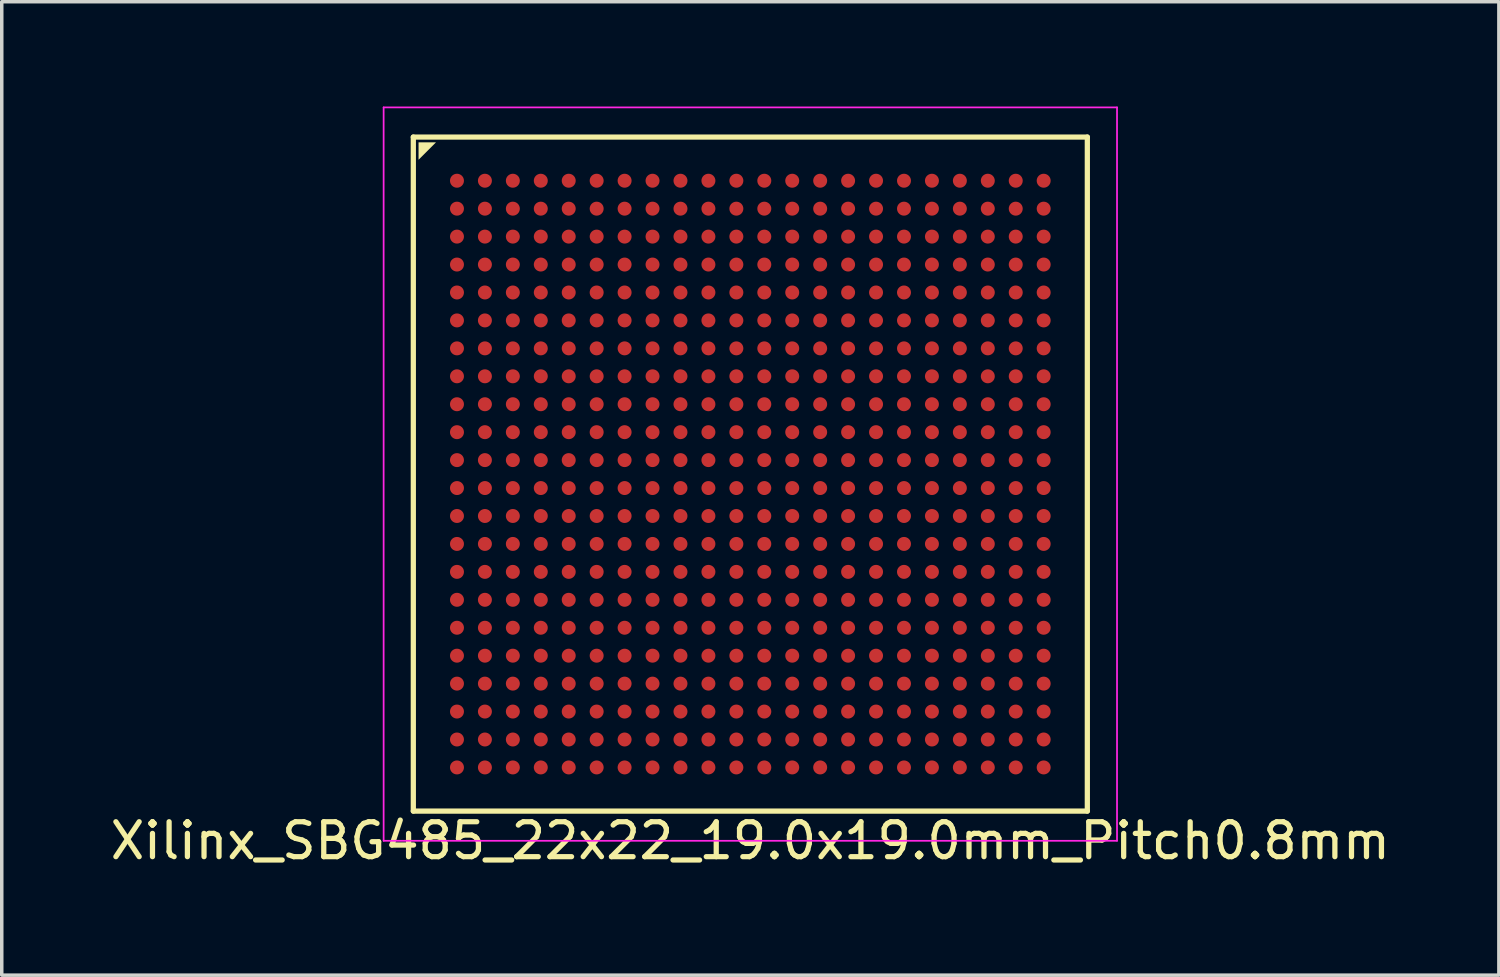
<source format=kicad_pcb>
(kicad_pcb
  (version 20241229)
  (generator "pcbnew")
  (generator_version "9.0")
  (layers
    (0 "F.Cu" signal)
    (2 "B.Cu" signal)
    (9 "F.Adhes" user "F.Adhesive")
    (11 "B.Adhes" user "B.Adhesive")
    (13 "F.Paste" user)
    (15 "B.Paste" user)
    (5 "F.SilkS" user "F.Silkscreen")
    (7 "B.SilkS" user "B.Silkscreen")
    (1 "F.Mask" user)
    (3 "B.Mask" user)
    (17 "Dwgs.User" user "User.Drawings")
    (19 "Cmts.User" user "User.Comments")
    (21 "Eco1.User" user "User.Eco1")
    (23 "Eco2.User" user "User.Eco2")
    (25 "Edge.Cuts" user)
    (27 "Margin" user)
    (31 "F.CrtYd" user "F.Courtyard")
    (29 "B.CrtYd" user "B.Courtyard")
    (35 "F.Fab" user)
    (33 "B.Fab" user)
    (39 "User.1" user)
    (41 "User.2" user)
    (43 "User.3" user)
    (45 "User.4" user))
  (footprint "Xilinx_SBG485_22x22_19.0x19.0mm_Pitch0.8mm"
    (layer "F.Cu")
    (at 18.435 10.525)
    (property "Reference" "Xilinx_SBG485_22x22_19.0x19.0mm_Pitch0.8mm" (at 0 10.5 0) (layer "F.SilkS") (effects (font (size 1 1) (thickness 0.15))))
    (attr smd)
    (fp_line (start -9.65 -9.65) (end -9.65 9.65) (stroke (width 0.15) (type solid)) (layer "F.SilkS"))
    (fp_line (start -9.65 9.65) (end 9.65 9.65) (stroke (width 0.15) (type solid)) (layer "F.SilkS"))
    (fp_line (start 9.65 -9.65) (end -9.65 -9.65) (stroke (width 0.15) (type solid)) (layer "F.SilkS"))
    (fp_line (start 9.65 9.65) (end 9.65 -9.65) (stroke (width 0.15) (type solid)) (layer "F.SilkS"))
    (fp_poly (pts (xy -9.5 -9.5) (xy -9 -9.5) (xy -9.5 -9)) (stroke (width 0) (type solid)) (fill yes) (layer "F.SilkS"))
    (fp_line (start -10.5 -10.5) (end -10.5 10.5) (stroke (width 0.05) (type solid)) (layer "F.CrtYd"))
    (fp_line (start -10.5 10.5) (end 10.5 10.5) (stroke (width 0.05) (type solid)) (layer "F.CrtYd"))
    (fp_line (start 10.5 -10.5) (end -10.5 -10.5) (stroke (width 0.05) (type solid)) (layer "F.CrtYd"))
    (fp_line (start 10.5 10.5) (end 10.5 -10.5) (stroke (width 0.05) (type solid)) (layer "F.CrtYd"))
    (pad "A1" smd circle (at -8.4 -8.4) (size 0.4 0.4) (layers "F.Cu" "F.Mask" "F.Paste"))
    (pad "A2" smd circle (at -7.6 -8.4) (size 0.4 0.4) (layers "F.Cu" "F.Mask" "F.Paste"))
    (pad "A3" smd circle (at -6.8 -8.4) (size 0.4 0.4) (layers "F.Cu" "F.Mask" "F.Paste"))
    (pad "A4" smd circle (at -6 -8.4) (size 0.4 0.4) (layers "F.Cu" "F.Mask" "F.Paste"))
    (pad "A5" smd circle (at -5.2 -8.4) (size 0.4 0.4) (layers "F.Cu" "F.Mask" "F.Paste"))
    (pad "A6" smd circle (at -4.4 -8.4) (size 0.4 0.4) (layers "F.Cu" "F.Mask" "F.Paste"))
    (pad "A7" smd circle (at -3.6 -8.4) (size 0.4 0.4) (layers "F.Cu" "F.Mask" "F.Paste"))
    (pad "A8" smd circle (at -2.8 -8.4) (size 0.4 0.4) (layers "F.Cu" "F.Mask" "F.Paste"))
    (pad "A9" smd circle (at -2 -8.4) (size 0.4 0.4) (layers "F.Cu" "F.Mask" "F.Paste"))
    (pad "A10" smd circle (at -1.2 -8.4) (size 0.4 0.4) (layers "F.Cu" "F.Mask" "F.Paste"))
    (pad "A11" smd circle (at -0.4 -8.4) (size 0.4 0.4) (layers "F.Cu" "F.Mask" "F.Paste"))
    (pad "A12" smd circle (at 0.4 -8.4) (size 0.4 0.4) (layers "F.Cu" "F.Mask" "F.Paste"))
    (pad "A13" smd circle (at 1.2 -8.4) (size 0.4 0.4) (layers "F.Cu" "F.Mask" "F.Paste"))
    (pad "A14" smd circle (at 2 -8.4) (size 0.4 0.4) (layers "F.Cu" "F.Mask" "F.Paste"))
    (pad "A15" smd circle (at 2.8 -8.4) (size 0.4 0.4) (layers "F.Cu" "F.Mask" "F.Paste"))
    (pad "A16" smd circle (at 3.6 -8.4) (size 0.4 0.4) (layers "F.Cu" "F.Mask" "F.Paste"))
    (pad "A17" smd circle (at 4.4 -8.4) (size 0.4 0.4) (layers "F.Cu" "F.Mask" "F.Paste"))
    (pad "A18" smd circle (at 5.2 -8.4) (size 0.4 0.4) (layers "F.Cu" "F.Mask" "F.Paste"))
    (pad "A19" smd circle (at 6 -8.4) (size 0.4 0.4) (layers "F.Cu" "F.Mask" "F.Paste"))
    (pad "A20" smd circle (at 6.8 -8.4) (size 0.4 0.4) (layers "F.Cu" "F.Mask" "F.Paste"))
    (pad "A21" smd circle (at 7.6 -8.4) (size 0.4 0.4) (layers "F.Cu" "F.Mask" "F.Paste"))
    (pad "A22" smd circle (at 8.4 -8.4) (size 0.4 0.4) (layers "F.Cu" "F.Mask" "F.Paste"))
    (pad "AA1" smd circle (at -8.4 7.6) (size 0.4 0.4) (layers "F.Cu" "F.Mask" "F.Paste"))
    (pad "AA2" smd circle (at -7.6 7.6) (size 0.4 0.4) (layers "F.Cu" "F.Mask" "F.Paste"))
    (pad "AA3" smd circle (at -6.8 7.6) (size 0.4 0.4) (layers "F.Cu" "F.Mask" "F.Paste"))
    (pad "AA4" smd circle (at -6 7.6) (size 0.4 0.4) (layers "F.Cu" "F.Mask" "F.Paste"))
    (pad "AA5" smd circle (at -5.2 7.6) (size 0.4 0.4) (layers "F.Cu" "F.Mask" "F.Paste"))
    (pad "AA6" smd circle (at -4.4 7.6) (size 0.4 0.4) (layers "F.Cu" "F.Mask" "F.Paste"))
    (pad "AA7" smd circle (at -3.6 7.6) (size 0.4 0.4) (layers "F.Cu" "F.Mask" "F.Paste"))
    (pad "AA8" smd circle (at -2.8 7.6) (size 0.4 0.4) (layers "F.Cu" "F.Mask" "F.Paste"))
    (pad "AA9" smd circle (at -2 7.6) (size 0.4 0.4) (layers "F.Cu" "F.Mask" "F.Paste"))
    (pad "AA10" smd circle (at -1.2 7.6) (size 0.4 0.4) (layers "F.Cu" "F.Mask" "F.Paste"))
    (pad "AA11" smd circle (at -0.4 7.6) (size 0.4 0.4) (layers "F.Cu" "F.Mask" "F.Paste"))
    (pad "AA12" smd circle (at 0.4 7.6) (size 0.4 0.4) (layers "F.Cu" "F.Mask" "F.Paste"))
    (pad "AA13" smd circle (at 1.2 7.6) (size 0.4 0.4) (layers "F.Cu" "F.Mask" "F.Paste"))
    (pad "AA14" smd circle (at 2 7.6) (size 0.4 0.4) (layers "F.Cu" "F.Mask" "F.Paste"))
    (pad "AA15" smd circle (at 2.8 7.6) (size 0.4 0.4) (layers "F.Cu" "F.Mask" "F.Paste"))
    (pad "AA16" smd circle (at 3.6 7.6) (size 0.4 0.4) (layers "F.Cu" "F.Mask" "F.Paste"))
    (pad "AA17" smd circle (at 4.4 7.6) (size 0.4 0.4) (layers "F.Cu" "F.Mask" "F.Paste"))
    (pad "AA18" smd circle (at 5.2 7.6) (size 0.4 0.4) (layers "F.Cu" "F.Mask" "F.Paste"))
    (pad "AA19" smd circle (at 6 7.6) (size 0.4 0.4) (layers "F.Cu" "F.Mask" "F.Paste"))
    (pad "AA20" smd circle (at 6.8 7.6) (size 0.4 0.4) (layers "F.Cu" "F.Mask" "F.Paste"))
    (pad "AA21" smd circle (at 7.6 7.6) (size 0.4 0.4) (layers "F.Cu" "F.Mask" "F.Paste"))
    (pad "AA22" smd circle (at 8.4 7.6) (size 0.4 0.4) (layers "F.Cu" "F.Mask" "F.Paste"))
    (pad "AB1" smd circle (at -8.4 8.4) (size 0.4 0.4) (layers "F.Cu" "F.Mask" "F.Paste"))
    (pad "AB2" smd circle (at -7.6 8.4) (size 0.4 0.4) (layers "F.Cu" "F.Mask" "F.Paste"))
    (pad "AB3" smd circle (at -6.8 8.4) (size 0.4 0.4) (layers "F.Cu" "F.Mask" "F.Paste"))
    (pad "AB4" smd circle (at -6 8.4) (size 0.4 0.4) (layers "F.Cu" "F.Mask" "F.Paste"))
    (pad "AB5" smd circle (at -5.2 8.4) (size 0.4 0.4) (layers "F.Cu" "F.Mask" "F.Paste"))
    (pad "AB6" smd circle (at -4.4 8.4) (size 0.4 0.4) (layers "F.Cu" "F.Mask" "F.Paste"))
    (pad "AB7" smd circle (at -3.6 8.4) (size 0.4 0.4) (layers "F.Cu" "F.Mask" "F.Paste"))
    (pad "AB8" smd circle (at -2.8 8.4) (size 0.4 0.4) (layers "F.Cu" "F.Mask" "F.Paste"))
    (pad "AB9" smd circle (at -2 8.4) (size 0.4 0.4) (layers "F.Cu" "F.Mask" "F.Paste"))
    (pad "AB10" smd circle (at -1.2 8.4) (size 0.4 0.4) (layers "F.Cu" "F.Mask" "F.Paste"))
    (pad "AB11" smd circle (at -0.4 8.4) (size 0.4 0.4) (layers "F.Cu" "F.Mask" "F.Paste"))
    (pad "AB12" smd circle (at 0.4 8.4) (size 0.4 0.4) (layers "F.Cu" "F.Mask" "F.Paste"))
    (pad "AB13" smd circle (at 1.2 8.4) (size 0.4 0.4) (layers "F.Cu" "F.Mask" "F.Paste"))
    (pad "AB14" smd circle (at 2 8.4) (size 0.4 0.4) (layers "F.Cu" "F.Mask" "F.Paste"))
    (pad "AB15" smd circle (at 2.8 8.4) (size 0.4 0.4) (layers "F.Cu" "F.Mask" "F.Paste"))
    (pad "AB16" smd circle (at 3.6 8.4) (size 0.4 0.4) (layers "F.Cu" "F.Mask" "F.Paste"))
    (pad "AB17" smd circle (at 4.4 8.4) (size 0.4 0.4) (layers "F.Cu" "F.Mask" "F.Paste"))
    (pad "AB18" smd circle (at 5.2 8.4) (size 0.4 0.4) (layers "F.Cu" "F.Mask" "F.Paste"))
    (pad "AB19" smd circle (at 6 8.4) (size 0.4 0.4) (layers "F.Cu" "F.Mask" "F.Paste"))
    (pad "AB20" smd circle (at 6.8 8.4) (size 0.4 0.4) (layers "F.Cu" "F.Mask" "F.Paste"))
    (pad "AB21" smd circle (at 7.6 8.4) (size 0.4 0.4) (layers "F.Cu" "F.Mask" "F.Paste"))
    (pad "AB22" smd circle (at 8.4 8.4) (size 0.4 0.4) (layers "F.Cu" "F.Mask" "F.Paste"))
    (pad "B1" smd circle (at -8.4 -7.6) (size 0.4 0.4) (layers "F.Cu" "F.Mask" "F.Paste"))
    (pad "B2" smd circle (at -7.6 -7.6) (size 0.4 0.4) (layers "F.Cu" "F.Mask" "F.Paste"))
    (pad "B3" smd circle (at -6.8 -7.6) (size 0.4 0.4) (layers "F.Cu" "F.Mask" "F.Paste"))
    (pad "B4" smd circle (at -6 -7.6) (size 0.4 0.4) (layers "F.Cu" "F.Mask" "F.Paste"))
    (pad "B5" smd circle (at -5.2 -7.6) (size 0.4 0.4) (layers "F.Cu" "F.Mask" "F.Paste"))
    (pad "B6" smd circle (at -4.4 -7.6) (size 0.4 0.4) (layers "F.Cu" "F.Mask" "F.Paste"))
    (pad "B7" smd circle (at -3.6 -7.6) (size 0.4 0.4) (layers "F.Cu" "F.Mask" "F.Paste"))
    (pad "B8" smd circle (at -2.8 -7.6) (size 0.4 0.4) (layers "F.Cu" "F.Mask" "F.Paste"))
    (pad "B9" smd circle (at -2 -7.6) (size 0.4 0.4) (layers "F.Cu" "F.Mask" "F.Paste"))
    (pad "B10" smd circle (at -1.2 -7.6) (size 0.4 0.4) (layers "F.Cu" "F.Mask" "F.Paste"))
    (pad "B11" smd circle (at -0.4 -7.6) (size 0.4 0.4) (layers "F.Cu" "F.Mask" "F.Paste"))
    (pad "B12" smd circle (at 0.4 -7.6) (size 0.4 0.4) (layers "F.Cu" "F.Mask" "F.Paste"))
    (pad "B13" smd circle (at 1.2 -7.6) (size 0.4 0.4) (layers "F.Cu" "F.Mask" "F.Paste"))
    (pad "B14" smd circle (at 2 -7.6) (size 0.4 0.4) (layers "F.Cu" "F.Mask" "F.Paste"))
    (pad "B15" smd circle (at 2.8 -7.6) (size 0.4 0.4) (layers "F.Cu" "F.Mask" "F.Paste"))
    (pad "B16" smd circle (at 3.6 -7.6) (size 0.4 0.4) (layers "F.Cu" "F.Mask" "F.Paste"))
    (pad "B17" smd circle (at 4.4 -7.6) (size 0.4 0.4) (layers "F.Cu" "F.Mask" "F.Paste"))
    (pad "B18" smd circle (at 5.2 -7.6) (size 0.4 0.4) (layers "F.Cu" "F.Mask" "F.Paste"))
    (pad "B19" smd circle (at 6 -7.6) (size 0.4 0.4) (layers "F.Cu" "F.Mask" "F.Paste"))
    (pad "B20" smd circle (at 6.8 -7.6) (size 0.4 0.4) (layers "F.Cu" "F.Mask" "F.Paste"))
    (pad "B21" smd circle (at 7.6 -7.6) (size 0.4 0.4) (layers "F.Cu" "F.Mask" "F.Paste"))
    (pad "B22" smd circle (at 8.4 -7.6) (size 0.4 0.4) (layers "F.Cu" "F.Mask" "F.Paste"))
    (pad "C1" smd circle (at -8.4 -6.8) (size 0.4 0.4) (layers "F.Cu" "F.Mask" "F.Paste"))
    (pad "C2" smd circle (at -7.6 -6.8) (size 0.4 0.4) (layers "F.Cu" "F.Mask" "F.Paste"))
    (pad "C3" smd circle (at -6.8 -6.8) (size 0.4 0.4) (layers "F.Cu" "F.Mask" "F.Paste"))
    (pad "C4" smd circle (at -6 -6.8) (size 0.4 0.4) (layers "F.Cu" "F.Mask" "F.Paste"))
    (pad "C5" smd circle (at -5.2 -6.8) (size 0.4 0.4) (layers "F.Cu" "F.Mask" "F.Paste"))
    (pad "C6" smd circle (at -4.4 -6.8) (size 0.4 0.4) (layers "F.Cu" "F.Mask" "F.Paste"))
    (pad "C7" smd circle (at -3.6 -6.8) (size 0.4 0.4) (layers "F.Cu" "F.Mask" "F.Paste"))
    (pad "C8" smd circle (at -2.8 -6.8) (size 0.4 0.4) (layers "F.Cu" "F.Mask" "F.Paste"))
    (pad "C9" smd circle (at -2 -6.8) (size 0.4 0.4) (layers "F.Cu" "F.Mask" "F.Paste"))
    (pad "C10" smd circle (at -1.2 -6.8) (size 0.4 0.4) (layers "F.Cu" "F.Mask" "F.Paste"))
    (pad "C11" smd circle (at -0.4 -6.8) (size 0.4 0.4) (layers "F.Cu" "F.Mask" "F.Paste"))
    (pad "C12" smd circle (at 0.4 -6.8) (size 0.4 0.4) (layers "F.Cu" "F.Mask" "F.Paste"))
    (pad "C13" smd circle (at 1.2 -6.8) (size 0.4 0.4) (layers "F.Cu" "F.Mask" "F.Paste"))
    (pad "C14" smd circle (at 2 -6.8) (size 0.4 0.4) (layers "F.Cu" "F.Mask" "F.Paste"))
    (pad "C15" smd circle (at 2.8 -6.8) (size 0.4 0.4) (layers "F.Cu" "F.Mask" "F.Paste"))
    (pad "C16" smd circle (at 3.6 -6.8) (size 0.4 0.4) (layers "F.Cu" "F.Mask" "F.Paste"))
    (pad "C17" smd circle (at 4.4 -6.8) (size 0.4 0.4) (layers "F.Cu" "F.Mask" "F.Paste"))
    (pad "C18" smd circle (at 5.2 -6.8) (size 0.4 0.4) (layers "F.Cu" "F.Mask" "F.Paste"))
    (pad "C19" smd circle (at 6 -6.8) (size 0.4 0.4) (layers "F.Cu" "F.Mask" "F.Paste"))
    (pad "C20" smd circle (at 6.8 -6.8) (size 0.4 0.4) (layers "F.Cu" "F.Mask" "F.Paste"))
    (pad "C21" smd circle (at 7.6 -6.8) (size 0.4 0.4) (layers "F.Cu" "F.Mask" "F.Paste"))
    (pad "C22" smd circle (at 8.4 -6.8) (size 0.4 0.4) (layers "F.Cu" "F.Mask" "F.Paste"))
    (pad "D1" smd circle (at -8.4 -6) (size 0.4 0.4) (layers "F.Cu" "F.Mask" "F.Paste"))
    (pad "D2" smd circle (at -7.6 -6) (size 0.4 0.4) (layers "F.Cu" "F.Mask" "F.Paste"))
    (pad "D3" smd circle (at -6.8 -6) (size 0.4 0.4) (layers "F.Cu" "F.Mask" "F.Paste"))
    (pad "D4" smd circle (at -6 -6) (size 0.4 0.4) (layers "F.Cu" "F.Mask" "F.Paste"))
    (pad "D5" smd circle (at -5.2 -6) (size 0.4 0.4) (layers "F.Cu" "F.Mask" "F.Paste"))
    (pad "D6" smd circle (at -4.4 -6) (size 0.4 0.4) (layers "F.Cu" "F.Mask" "F.Paste"))
    (pad "D7" smd circle (at -3.6 -6) (size 0.4 0.4) (layers "F.Cu" "F.Mask" "F.Paste"))
    (pad "D8" smd circle (at -2.8 -6) (size 0.4 0.4) (layers "F.Cu" "F.Mask" "F.Paste"))
    (pad "D9" smd circle (at -2 -6) (size 0.4 0.4) (layers "F.Cu" "F.Mask" "F.Paste"))
    (pad "D10" smd circle (at -1.2 -6) (size 0.4 0.4) (layers "F.Cu" "F.Mask" "F.Paste"))
    (pad "D11" smd circle (at -0.4 -6) (size 0.4 0.4) (layers "F.Cu" "F.Mask" "F.Paste"))
    (pad "D12" smd circle (at 0.4 -6) (size 0.4 0.4) (layers "F.Cu" "F.Mask" "F.Paste"))
    (pad "D13" smd circle (at 1.2 -6) (size 0.4 0.4) (layers "F.Cu" "F.Mask" "F.Paste"))
    (pad "D14" smd circle (at 2 -6) (size 0.4 0.4) (layers "F.Cu" "F.Mask" "F.Paste"))
    (pad "D15" smd circle (at 2.8 -6) (size 0.4 0.4) (layers "F.Cu" "F.Mask" "F.Paste"))
    (pad "D16" smd circle (at 3.6 -6) (size 0.4 0.4) (layers "F.Cu" "F.Mask" "F.Paste"))
    (pad "D17" smd circle (at 4.4 -6) (size 0.4 0.4) (layers "F.Cu" "F.Mask" "F.Paste"))
    (pad "D18" smd circle (at 5.2 -6) (size 0.4 0.4) (layers "F.Cu" "F.Mask" "F.Paste"))
    (pad "D19" smd circle (at 6 -6) (size 0.4 0.4) (layers "F.Cu" "F.Mask" "F.Paste"))
    (pad "D20" smd circle (at 6.8 -6) (size 0.4 0.4) (layers "F.Cu" "F.Mask" "F.Paste"))
    (pad "D21" smd circle (at 7.6 -6) (size 0.4 0.4) (layers "F.Cu" "F.Mask" "F.Paste"))
    (pad "D22" smd circle (at 8.4 -6) (size 0.4 0.4) (layers "F.Cu" "F.Mask" "F.Paste"))
    (pad "E1" smd circle (at -8.4 -5.2) (size 0.4 0.4) (layers "F.Cu" "F.Mask" "F.Paste"))
    (pad "E2" smd circle (at -7.6 -5.2) (size 0.4 0.4) (layers "F.Cu" "F.Mask" "F.Paste"))
    (pad "E3" smd circle (at -6.8 -5.2) (size 0.4 0.4) (layers "F.Cu" "F.Mask" "F.Paste"))
    (pad "E4" smd circle (at -6 -5.2) (size 0.4 0.4) (layers "F.Cu" "F.Mask" "F.Paste"))
    (pad "E5" smd circle (at -5.2 -5.2) (size 0.4 0.4) (layers "F.Cu" "F.Mask" "F.Paste"))
    (pad "E6" smd circle (at -4.4 -5.2) (size 0.4 0.4) (layers "F.Cu" "F.Mask" "F.Paste"))
    (pad "E7" smd circle (at -3.6 -5.2) (size 0.4 0.4) (layers "F.Cu" "F.Mask" "F.Paste"))
    (pad "E8" smd circle (at -2.8 -5.2) (size 0.4 0.4) (layers "F.Cu" "F.Mask" "F.Paste"))
    (pad "E9" smd circle (at -2 -5.2) (size 0.4 0.4) (layers "F.Cu" "F.Mask" "F.Paste"))
    (pad "E10" smd circle (at -1.2 -5.2) (size 0.4 0.4) (layers "F.Cu" "F.Mask" "F.Paste"))
    (pad "E11" smd circle (at -0.4 -5.2) (size 0.4 0.4) (layers "F.Cu" "F.Mask" "F.Paste"))
    (pad "E12" smd circle (at 0.4 -5.2) (size 0.4 0.4) (layers "F.Cu" "F.Mask" "F.Paste"))
    (pad "E13" smd circle (at 1.2 -5.2) (size 0.4 0.4) (layers "F.Cu" "F.Mask" "F.Paste"))
    (pad "E14" smd circle (at 2 -5.2) (size 0.4 0.4) (layers "F.Cu" "F.Mask" "F.Paste"))
    (pad "E15" smd circle (at 2.8 -5.2) (size 0.4 0.4) (layers "F.Cu" "F.Mask" "F.Paste"))
    (pad "E16" smd circle (at 3.6 -5.2) (size 0.4 0.4) (layers "F.Cu" "F.Mask" "F.Paste"))
    (pad "E17" smd circle (at 4.4 -5.2) (size 0.4 0.4) (layers "F.Cu" "F.Mask" "F.Paste"))
    (pad "E18" smd circle (at 5.2 -5.2) (size 0.4 0.4) (layers "F.Cu" "F.Mask" "F.Paste"))
    (pad "E19" smd circle (at 6 -5.2) (size 0.4 0.4) (layers "F.Cu" "F.Mask" "F.Paste"))
    (pad "E20" smd circle (at 6.8 -5.2) (size 0.4 0.4) (layers "F.Cu" "F.Mask" "F.Paste"))
    (pad "E21" smd circle (at 7.6 -5.2) (size 0.4 0.4) (layers "F.Cu" "F.Mask" "F.Paste"))
    (pad "E22" smd circle (at 8.4 -5.2) (size 0.4 0.4) (layers "F.Cu" "F.Mask" "F.Paste"))
    (pad "F1" smd circle (at -8.4 -4.4) (size 0.4 0.4) (layers "F.Cu" "F.Mask" "F.Paste"))
    (pad "F2" smd circle (at -7.6 -4.4) (size 0.4 0.4) (layers "F.Cu" "F.Mask" "F.Paste"))
    (pad "F3" smd circle (at -6.8 -4.4) (size 0.4 0.4) (layers "F.Cu" "F.Mask" "F.Paste"))
    (pad "F4" smd circle (at -6 -4.4) (size 0.4 0.4) (layers "F.Cu" "F.Mask" "F.Paste"))
    (pad "F5" smd circle (at -5.2 -4.4) (size 0.4 0.4) (layers "F.Cu" "F.Mask" "F.Paste"))
    (pad "F6" smd circle (at -4.4 -4.4) (size 0.4 0.4) (layers "F.Cu" "F.Mask" "F.Paste"))
    (pad "F7" smd circle (at -3.6 -4.4) (size 0.4 0.4) (layers "F.Cu" "F.Mask" "F.Paste"))
    (pad "F8" smd circle (at -2.8 -4.4) (size 0.4 0.4) (layers "F.Cu" "F.Mask" "F.Paste"))
    (pad "F9" smd circle (at -2 -4.4) (size 0.4 0.4) (layers "F.Cu" "F.Mask" "F.Paste"))
    (pad "F10" smd circle (at -1.2 -4.4) (size 0.4 0.4) (layers "F.Cu" "F.Mask" "F.Paste"))
    (pad "F11" smd circle (at -0.4 -4.4) (size 0.4 0.4) (layers "F.Cu" "F.Mask" "F.Paste"))
    (pad "F12" smd circle (at 0.4 -4.4) (size 0.4 0.4) (layers "F.Cu" "F.Mask" "F.Paste"))
    (pad "F13" smd circle (at 1.2 -4.4) (size 0.4 0.4) (layers "F.Cu" "F.Mask" "F.Paste"))
    (pad "F14" smd circle (at 2 -4.4) (size 0.4 0.4) (layers "F.Cu" "F.Mask" "F.Paste"))
    (pad "F15" smd circle (at 2.8 -4.4) (size 0.4 0.4) (layers "F.Cu" "F.Mask" "F.Paste"))
    (pad "F16" smd circle (at 3.6 -4.4) (size 0.4 0.4) (layers "F.Cu" "F.Mask" "F.Paste"))
    (pad "F17" smd circle (at 4.4 -4.4) (size 0.4 0.4) (layers "F.Cu" "F.Mask" "F.Paste"))
    (pad "F18" smd circle (at 5.2 -4.4) (size 0.4 0.4) (layers "F.Cu" "F.Mask" "F.Paste"))
    (pad "F19" smd circle (at 6 -4.4) (size 0.4 0.4) (layers "F.Cu" "F.Mask" "F.Paste"))
    (pad "F20" smd circle (at 6.8 -4.4) (size 0.4 0.4) (layers "F.Cu" "F.Mask" "F.Paste"))
    (pad "F21" smd circle (at 7.6 -4.4) (size 0.4 0.4) (layers "F.Cu" "F.Mask" "F.Paste"))
    (pad "F22" smd circle (at 8.4 -4.4) (size 0.4 0.4) (layers "F.Cu" "F.Mask" "F.Paste"))
    (pad "G1" smd circle (at -8.4 -3.6) (size 0.4 0.4) (layers "F.Cu" "F.Mask" "F.Paste"))
    (pad "G2" smd circle (at -7.6 -3.6) (size 0.4 0.4) (layers "F.Cu" "F.Mask" "F.Paste"))
    (pad "G3" smd circle (at -6.8 -3.6) (size 0.4 0.4) (layers "F.Cu" "F.Mask" "F.Paste"))
    (pad "G4" smd circle (at -6 -3.6) (size 0.4 0.4) (layers "F.Cu" "F.Mask" "F.Paste"))
    (pad "G5" smd circle (at -5.2 -3.6) (size 0.4 0.4) (layers "F.Cu" "F.Mask" "F.Paste"))
    (pad "G6" smd circle (at -4.4 -3.6) (size 0.4 0.4) (layers "F.Cu" "F.Mask" "F.Paste"))
    (pad "G7" smd circle (at -3.6 -3.6) (size 0.4 0.4) (layers "F.Cu" "F.Mask" "F.Paste"))
    (pad "G8" smd circle (at -2.8 -3.6) (size 0.4 0.4) (layers "F.Cu" "F.Mask" "F.Paste"))
    (pad "G9" smd circle (at -2 -3.6) (size 0.4 0.4) (layers "F.Cu" "F.Mask" "F.Paste"))
    (pad "G10" smd circle (at -1.2 -3.6) (size 0.4 0.4) (layers "F.Cu" "F.Mask" "F.Paste"))
    (pad "G11" smd circle (at -0.4 -3.6) (size 0.4 0.4) (layers "F.Cu" "F.Mask" "F.Paste"))
    (pad "G12" smd circle (at 0.4 -3.6) (size 0.4 0.4) (layers "F.Cu" "F.Mask" "F.Paste"))
    (pad "G13" smd circle (at 1.2 -3.6) (size 0.4 0.4) (layers "F.Cu" "F.Mask" "F.Paste"))
    (pad "G14" smd circle (at 2 -3.6) (size 0.4 0.4) (layers "F.Cu" "F.Mask" "F.Paste"))
    (pad "G15" smd circle (at 2.8 -3.6) (size 0.4 0.4) (layers "F.Cu" "F.Mask" "F.Paste"))
    (pad "G16" smd circle (at 3.6 -3.6) (size 0.4 0.4) (layers "F.Cu" "F.Mask" "F.Paste"))
    (pad "G17" smd circle (at 4.4 -3.6) (size 0.4 0.4) (layers "F.Cu" "F.Mask" "F.Paste"))
    (pad "G18" smd circle (at 5.2 -3.6) (size 0.4 0.4) (layers "F.Cu" "F.Mask" "F.Paste"))
    (pad "G19" smd circle (at 6 -3.6) (size 0.4 0.4) (layers "F.Cu" "F.Mask" "F.Paste"))
    (pad "G20" smd circle (at 6.8 -3.6) (size 0.4 0.4) (layers "F.Cu" "F.Mask" "F.Paste"))
    (pad "G21" smd circle (at 7.6 -3.6) (size 0.4 0.4) (layers "F.Cu" "F.Mask" "F.Paste"))
    (pad "G22" smd circle (at 8.4 -3.6) (size 0.4 0.4) (layers "F.Cu" "F.Mask" "F.Paste"))
    (pad "H1" smd circle (at -8.4 -2.8) (size 0.4 0.4) (layers "F.Cu" "F.Mask" "F.Paste"))
    (pad "H2" smd circle (at -7.6 -2.8) (size 0.4 0.4) (layers "F.Cu" "F.Mask" "F.Paste"))
    (pad "H3" smd circle (at -6.8 -2.8) (size 0.4 0.4) (layers "F.Cu" "F.Mask" "F.Paste"))
    (pad "H4" smd circle (at -6 -2.8) (size 0.4 0.4) (layers "F.Cu" "F.Mask" "F.Paste"))
    (pad "H5" smd circle (at -5.2 -2.8) (size 0.4 0.4) (layers "F.Cu" "F.Mask" "F.Paste"))
    (pad "H6" smd circle (at -4.4 -2.8) (size 0.4 0.4) (layers "F.Cu" "F.Mask" "F.Paste"))
    (pad "H7" smd circle (at -3.6 -2.8) (size 0.4 0.4) (layers "F.Cu" "F.Mask" "F.Paste"))
    (pad "H8" smd circle (at -2.8 -2.8) (size 0.4 0.4) (layers "F.Cu" "F.Mask" "F.Paste"))
    (pad "H9" smd circle (at -2 -2.8) (size 0.4 0.4) (layers "F.Cu" "F.Mask" "F.Paste"))
    (pad "H10" smd circle (at -1.2 -2.8) (size 0.4 0.4) (layers "F.Cu" "F.Mask" "F.Paste"))
    (pad "H11" smd circle (at -0.4 -2.8) (size 0.4 0.4) (layers "F.Cu" "F.Mask" "F.Paste"))
    (pad "H12" smd circle (at 0.4 -2.8) (size 0.4 0.4) (layers "F.Cu" "F.Mask" "F.Paste"))
    (pad "H13" smd circle (at 1.2 -2.8) (size 0.4 0.4) (layers "F.Cu" "F.Mask" "F.Paste"))
    (pad "H14" smd circle (at 2 -2.8) (size 0.4 0.4) (layers "F.Cu" "F.Mask" "F.Paste"))
    (pad "H15" smd circle (at 2.8 -2.8) (size 0.4 0.4) (layers "F.Cu" "F.Mask" "F.Paste"))
    (pad "H16" smd circle (at 3.6 -2.8) (size 0.4 0.4) (layers "F.Cu" "F.Mask" "F.Paste"))
    (pad "H17" smd circle (at 4.4 -2.8) (size 0.4 0.4) (layers "F.Cu" "F.Mask" "F.Paste"))
    (pad "H18" smd circle (at 5.2 -2.8) (size 0.4 0.4) (layers "F.Cu" "F.Mask" "F.Paste"))
    (pad "H19" smd circle (at 6 -2.8) (size 0.4 0.4) (layers "F.Cu" "F.Mask" "F.Paste"))
    (pad "H20" smd circle (at 6.8 -2.8) (size 0.4 0.4) (layers "F.Cu" "F.Mask" "F.Paste"))
    (pad "H21" smd circle (at 7.6 -2.8) (size 0.4 0.4) (layers "F.Cu" "F.Mask" "F.Paste"))
    (pad "H22" smd circle (at 8.4 -2.8) (size 0.4 0.4) (layers "F.Cu" "F.Mask" "F.Paste"))
    (pad "J1" smd circle (at -8.4 -2) (size 0.4 0.4) (layers "F.Cu" "F.Mask" "F.Paste"))
    (pad "J2" smd circle (at -7.6 -2) (size 0.4 0.4) (layers "F.Cu" "F.Mask" "F.Paste"))
    (pad "J3" smd circle (at -6.8 -2) (size 0.4 0.4) (layers "F.Cu" "F.Mask" "F.Paste"))
    (pad "J4" smd circle (at -6 -2) (size 0.4 0.4) (layers "F.Cu" "F.Mask" "F.Paste"))
    (pad "J5" smd circle (at -5.2 -2) (size 0.4 0.4) (layers "F.Cu" "F.Mask" "F.Paste"))
    (pad "J6" smd circle (at -4.4 -2) (size 0.4 0.4) (layers "F.Cu" "F.Mask" "F.Paste"))
    (pad "J7" smd circle (at -3.6 -2) (size 0.4 0.4) (layers "F.Cu" "F.Mask" "F.Paste"))
    (pad "J8" smd circle (at -2.8 -2) (size 0.4 0.4) (layers "F.Cu" "F.Mask" "F.Paste"))
    (pad "J9" smd circle (at -2 -2) (size 0.4 0.4) (layers "F.Cu" "F.Mask" "F.Paste"))
    (pad "J10" smd circle (at -1.2 -2) (size 0.4 0.4) (layers "F.Cu" "F.Mask" "F.Paste"))
    (pad "J11" smd circle (at -0.4 -2) (size 0.4 0.4) (layers "F.Cu" "F.Mask" "F.Paste"))
    (pad "J12" smd circle (at 0.4 -2) (size 0.4 0.4) (layers "F.Cu" "F.Mask" "F.Paste"))
    (pad "J13" smd circle (at 1.2 -2) (size 0.4 0.4) (layers "F.Cu" "F.Mask" "F.Paste"))
    (pad "J14" smd circle (at 2 -2) (size 0.4 0.4) (layers "F.Cu" "F.Mask" "F.Paste"))
    (pad "J15" smd circle (at 2.8 -2) (size 0.4 0.4) (layers "F.Cu" "F.Mask" "F.Paste"))
    (pad "J16" smd circle (at 3.6 -2) (size 0.4 0.4) (layers "F.Cu" "F.Mask" "F.Paste"))
    (pad "J17" smd circle (at 4.4 -2) (size 0.4 0.4) (layers "F.Cu" "F.Mask" "F.Paste"))
    (pad "J18" smd circle (at 5.2 -2) (size 0.4 0.4) (layers "F.Cu" "F.Mask" "F.Paste"))
    (pad "J19" smd circle (at 6 -2) (size 0.4 0.4) (layers "F.Cu" "F.Mask" "F.Paste"))
    (pad "J20" smd circle (at 6.8 -2) (size 0.4 0.4) (layers "F.Cu" "F.Mask" "F.Paste"))
    (pad "J21" smd circle (at 7.6 -2) (size 0.4 0.4) (layers "F.Cu" "F.Mask" "F.Paste"))
    (pad "J22" smd circle (at 8.4 -2) (size 0.4 0.4) (layers "F.Cu" "F.Mask" "F.Paste"))
    (pad "K1" smd circle (at -8.4 -1.2) (size 0.4 0.4) (layers "F.Cu" "F.Mask" "F.Paste"))
    (pad "K2" smd circle (at -7.6 -1.2) (size 0.4 0.4) (layers "F.Cu" "F.Mask" "F.Paste"))
    (pad "K3" smd circle (at -6.8 -1.2) (size 0.4 0.4) (layers "F.Cu" "F.Mask" "F.Paste"))
    (pad "K4" smd circle (at -6 -1.2) (size 0.4 0.4) (layers "F.Cu" "F.Mask" "F.Paste"))
    (pad "K5" smd circle (at -5.2 -1.2) (size 0.4 0.4) (layers "F.Cu" "F.Mask" "F.Paste"))
    (pad "K6" smd circle (at -4.4 -1.2) (size 0.4 0.4) (layers "F.Cu" "F.Mask" "F.Paste"))
    (pad "K7" smd circle (at -3.6 -1.2) (size 0.4 0.4) (layers "F.Cu" "F.Mask" "F.Paste"))
    (pad "K8" smd circle (at -2.8 -1.2) (size 0.4 0.4) (layers "F.Cu" "F.Mask" "F.Paste"))
    (pad "K9" smd circle (at -2 -1.2) (size 0.4 0.4) (layers "F.Cu" "F.Mask" "F.Paste"))
    (pad "K10" smd circle (at -1.2 -1.2) (size 0.4 0.4) (layers "F.Cu" "F.Mask" "F.Paste"))
    (pad "K11" smd circle (at -0.4 -1.2) (size 0.4 0.4) (layers "F.Cu" "F.Mask" "F.Paste"))
    (pad "K12" smd circle (at 0.4 -1.2) (size 0.4 0.4) (layers "F.Cu" "F.Mask" "F.Paste"))
    (pad "K13" smd circle (at 1.2 -1.2) (size 0.4 0.4) (layers "F.Cu" "F.Mask" "F.Paste"))
    (pad "K14" smd circle (at 2 -1.2) (size 0.4 0.4) (layers "F.Cu" "F.Mask" "F.Paste"))
    (pad "K15" smd circle (at 2.8 -1.2) (size 0.4 0.4) (layers "F.Cu" "F.Mask" "F.Paste"))
    (pad "K16" smd circle (at 3.6 -1.2) (size 0.4 0.4) (layers "F.Cu" "F.Mask" "F.Paste"))
    (pad "K17" smd circle (at 4.4 -1.2) (size 0.4 0.4) (layers "F.Cu" "F.Mask" "F.Paste"))
    (pad "K18" smd circle (at 5.2 -1.2) (size 0.4 0.4) (layers "F.Cu" "F.Mask" "F.Paste"))
    (pad "K19" smd circle (at 6 -1.2) (size 0.4 0.4) (layers "F.Cu" "F.Mask" "F.Paste"))
    (pad "K20" smd circle (at 6.8 -1.2) (size 0.4 0.4) (layers "F.Cu" "F.Mask" "F.Paste"))
    (pad "K21" smd circle (at 7.6 -1.2) (size 0.4 0.4) (layers "F.Cu" "F.Mask" "F.Paste"))
    (pad "K22" smd circle (at 8.4 -1.2) (size 0.4 0.4) (layers "F.Cu" "F.Mask" "F.Paste"))
    (pad "L1" smd circle (at -8.4 -0.4) (size 0.4 0.4) (layers "F.Cu" "F.Mask" "F.Paste"))
    (pad "L2" smd circle (at -7.6 -0.4) (size 0.4 0.4) (layers "F.Cu" "F.Mask" "F.Paste"))
    (pad "L3" smd circle (at -6.8 -0.4) (size 0.4 0.4) (layers "F.Cu" "F.Mask" "F.Paste"))
    (pad "L4" smd circle (at -6 -0.4) (size 0.4 0.4) (layers "F.Cu" "F.Mask" "F.Paste"))
    (pad "L5" smd circle (at -5.2 -0.4) (size 0.4 0.4) (layers "F.Cu" "F.Mask" "F.Paste"))
    (pad "L6" smd circle (at -4.4 -0.4) (size 0.4 0.4) (layers "F.Cu" "F.Mask" "F.Paste"))
    (pad "L7" smd circle (at -3.6 -0.4) (size 0.4 0.4) (layers "F.Cu" "F.Mask" "F.Paste"))
    (pad "L8" smd circle (at -2.8 -0.4) (size 0.4 0.4) (layers "F.Cu" "F.Mask" "F.Paste"))
    (pad "L9" smd circle (at -2 -0.4) (size 0.4 0.4) (layers "F.Cu" "F.Mask" "F.Paste"))
    (pad "L10" smd circle (at -1.2 -0.4) (size 0.4 0.4) (layers "F.Cu" "F.Mask" "F.Paste"))
    (pad "L11" smd circle (at -0.4 -0.4) (size 0.4 0.4) (layers "F.Cu" "F.Mask" "F.Paste"))
    (pad "L12" smd circle (at 0.4 -0.4) (size 0.4 0.4) (layers "F.Cu" "F.Mask" "F.Paste"))
    (pad "L13" smd circle (at 1.2 -0.4) (size 0.4 0.4) (layers "F.Cu" "F.Mask" "F.Paste"))
    (pad "L14" smd circle (at 2 -0.4) (size 0.4 0.4) (layers "F.Cu" "F.Mask" "F.Paste"))
    (pad "L15" smd circle (at 2.8 -0.4) (size 0.4 0.4) (layers "F.Cu" "F.Mask" "F.Paste"))
    (pad "L16" smd circle (at 3.6 -0.4) (size 0.4 0.4) (layers "F.Cu" "F.Mask" "F.Paste"))
    (pad "L17" smd circle (at 4.4 -0.4) (size 0.4 0.4) (layers "F.Cu" "F.Mask" "F.Paste"))
    (pad "L18" smd circle (at 5.2 -0.4) (size 0.4 0.4) (layers "F.Cu" "F.Mask" "F.Paste"))
    (pad "L19" smd circle (at 6 -0.4) (size 0.4 0.4) (layers "F.Cu" "F.Mask" "F.Paste"))
    (pad "L20" smd circle (at 6.8 -0.4) (size 0.4 0.4) (layers "F.Cu" "F.Mask" "F.Paste"))
    (pad "L21" smd circle (at 7.6 -0.4) (size 0.4 0.4) (layers "F.Cu" "F.Mask" "F.Paste"))
    (pad "L22" smd circle (at 8.4 -0.4) (size 0.4 0.4) (layers "F.Cu" "F.Mask" "F.Paste"))
    (pad "M1" smd circle (at -8.4 0.4) (size 0.4 0.4) (layers "F.Cu" "F.Mask" "F.Paste"))
    (pad "M2" smd circle (at -7.6 0.4) (size 0.4 0.4) (layers "F.Cu" "F.Mask" "F.Paste"))
    (pad "M3" smd circle (at -6.8 0.4) (size 0.4 0.4) (layers "F.Cu" "F.Mask" "F.Paste"))
    (pad "M4" smd circle (at -6 0.4) (size 0.4 0.4) (layers "F.Cu" "F.Mask" "F.Paste"))
    (pad "M5" smd circle (at -5.2 0.4) (size 0.4 0.4) (layers "F.Cu" "F.Mask" "F.Paste"))
    (pad "M6" smd circle (at -4.4 0.4) (size 0.4 0.4) (layers "F.Cu" "F.Mask" "F.Paste"))
    (pad "M7" smd circle (at -3.6 0.4) (size 0.4 0.4) (layers "F.Cu" "F.Mask" "F.Paste"))
    (pad "M8" smd circle (at -2.8 0.4) (size 0.4 0.4) (layers "F.Cu" "F.Mask" "F.Paste"))
    (pad "M9" smd circle (at -2 0.4) (size 0.4 0.4) (layers "F.Cu" "F.Mask" "F.Paste"))
    (pad "M10" smd circle (at -1.2 0.4) (size 0.4 0.4) (layers "F.Cu" "F.Mask" "F.Paste"))
    (pad "M11" smd circle (at -0.4 0.4) (size 0.4 0.4) (layers "F.Cu" "F.Mask" "F.Paste"))
    (pad "M12" smd circle (at 0.4 0.4) (size 0.4 0.4) (layers "F.Cu" "F.Mask" "F.Paste"))
    (pad "M13" smd circle (at 1.2 0.4) (size 0.4 0.4) (layers "F.Cu" "F.Mask" "F.Paste"))
    (pad "M14" smd circle (at 2 0.4) (size 0.4 0.4) (layers "F.Cu" "F.Mask" "F.Paste"))
    (pad "M15" smd circle (at 2.8 0.4) (size 0.4 0.4) (layers "F.Cu" "F.Mask" "F.Paste"))
    (pad "M16" smd circle (at 3.6 0.4) (size 0.4 0.4) (layers "F.Cu" "F.Mask" "F.Paste"))
    (pad "M17" smd circle (at 4.4 0.4) (size 0.4 0.4) (layers "F.Cu" "F.Mask" "F.Paste"))
    (pad "M18" smd circle (at 5.2 0.4) (size 0.4 0.4) (layers "F.Cu" "F.Mask" "F.Paste"))
    (pad "M19" smd circle (at 6 0.4) (size 0.4 0.4) (layers "F.Cu" "F.Mask" "F.Paste"))
    (pad "M20" smd circle (at 6.8 0.4) (size 0.4 0.4) (layers "F.Cu" "F.Mask" "F.Paste"))
    (pad "M21" smd circle (at 7.6 0.4) (size 0.4 0.4) (layers "F.Cu" "F.Mask" "F.Paste"))
    (pad "M22" smd circle (at 8.4 0.4) (size 0.4 0.4) (layers "F.Cu" "F.Mask" "F.Paste"))
    (pad "N1" smd circle (at -8.4 1.2) (size 0.4 0.4) (layers "F.Cu" "F.Mask" "F.Paste"))
    (pad "N2" smd circle (at -7.6 1.2) (size 0.4 0.4) (layers "F.Cu" "F.Mask" "F.Paste"))
    (pad "N3" smd circle (at -6.8 1.2) (size 0.4 0.4) (layers "F.Cu" "F.Mask" "F.Paste"))
    (pad "N4" smd circle (at -6 1.2) (size 0.4 0.4) (layers "F.Cu" "F.Mask" "F.Paste"))
    (pad "N5" smd circle (at -5.2 1.2) (size 0.4 0.4) (layers "F.Cu" "F.Mask" "F.Paste"))
    (pad "N6" smd circle (at -4.4 1.2) (size 0.4 0.4) (layers "F.Cu" "F.Mask" "F.Paste"))
    (pad "N7" smd circle (at -3.6 1.2) (size 0.4 0.4) (layers "F.Cu" "F.Mask" "F.Paste"))
    (pad "N8" smd circle (at -2.8 1.2) (size 0.4 0.4) (layers "F.Cu" "F.Mask" "F.Paste"))
    (pad "N9" smd circle (at -2 1.2) (size 0.4 0.4) (layers "F.Cu" "F.Mask" "F.Paste"))
    (pad "N10" smd circle (at -1.2 1.2) (size 0.4 0.4) (layers "F.Cu" "F.Mask" "F.Paste"))
    (pad "N11" smd circle (at -0.4 1.2) (size 0.4 0.4) (layers "F.Cu" "F.Mask" "F.Paste"))
    (pad "N12" smd circle (at 0.4 1.2) (size 0.4 0.4) (layers "F.Cu" "F.Mask" "F.Paste"))
    (pad "N13" smd circle (at 1.2 1.2) (size 0.4 0.4) (layers "F.Cu" "F.Mask" "F.Paste"))
    (pad "N14" smd circle (at 2 1.2) (size 0.4 0.4) (layers "F.Cu" "F.Mask" "F.Paste"))
    (pad "N15" smd circle (at 2.8 1.2) (size 0.4 0.4) (layers "F.Cu" "F.Mask" "F.Paste"))
    (pad "N16" smd circle (at 3.6 1.2) (size 0.4 0.4) (layers "F.Cu" "F.Mask" "F.Paste"))
    (pad "N17" smd circle (at 4.4 1.2) (size 0.4 0.4) (layers "F.Cu" "F.Mask" "F.Paste"))
    (pad "N18" smd circle (at 5.2 1.2) (size 0.4 0.4) (layers "F.Cu" "F.Mask" "F.Paste"))
    (pad "N19" smd circle (at 6 1.2) (size 0.4 0.4) (layers "F.Cu" "F.Mask" "F.Paste"))
    (pad "N20" smd circle (at 6.8 1.2) (size 0.4 0.4) (layers "F.Cu" "F.Mask" "F.Paste"))
    (pad "N21" smd circle (at 7.6 1.2) (size 0.4 0.4) (layers "F.Cu" "F.Mask" "F.Paste"))
    (pad "N22" smd circle (at 8.4 1.2) (size 0.4 0.4) (layers "F.Cu" "F.Mask" "F.Paste"))
    (pad "P1" smd circle (at -8.4 2) (size 0.4 0.4) (layers "F.Cu" "F.Mask" "F.Paste"))
    (pad "P2" smd circle (at -7.6 2) (size 0.4 0.4) (layers "F.Cu" "F.Mask" "F.Paste"))
    (pad "P3" smd circle (at -6.8 2) (size 0.4 0.4) (layers "F.Cu" "F.Mask" "F.Paste"))
    (pad "P4" smd circle (at -6 2) (size 0.4 0.4) (layers "F.Cu" "F.Mask" "F.Paste"))
    (pad "P5" smd circle (at -5.2 2) (size 0.4 0.4) (layers "F.Cu" "F.Mask" "F.Paste"))
    (pad "P6" smd circle (at -4.4 2) (size 0.4 0.4) (layers "F.Cu" "F.Mask" "F.Paste"))
    (pad "P7" smd circle (at -3.6 2) (size 0.4 0.4) (layers "F.Cu" "F.Mask" "F.Paste"))
    (pad "P8" smd circle (at -2.8 2) (size 0.4 0.4) (layers "F.Cu" "F.Mask" "F.Paste"))
    (pad "P9" smd circle (at -2 2) (size 0.4 0.4) (layers "F.Cu" "F.Mask" "F.Paste"))
    (pad "P10" smd circle (at -1.2 2) (size 0.4 0.4) (layers "F.Cu" "F.Mask" "F.Paste"))
    (pad "P11" smd circle (at -0.4 2) (size 0.4 0.4) (layers "F.Cu" "F.Mask" "F.Paste"))
    (pad "P12" smd circle (at 0.4 2) (size 0.4 0.4) (layers "F.Cu" "F.Mask" "F.Paste"))
    (pad "P13" smd circle (at 1.2 2) (size 0.4 0.4) (layers "F.Cu" "F.Mask" "F.Paste"))
    (pad "P14" smd circle (at 2 2) (size 0.4 0.4) (layers "F.Cu" "F.Mask" "F.Paste"))
    (pad "P15" smd circle (at 2.8 2) (size 0.4 0.4) (layers "F.Cu" "F.Mask" "F.Paste"))
    (pad "P16" smd circle (at 3.6 2) (size 0.4 0.4) (layers "F.Cu" "F.Mask" "F.Paste"))
    (pad "P17" smd circle (at 4.4 2) (size 0.4 0.4) (layers "F.Cu" "F.Mask" "F.Paste"))
    (pad "P18" smd circle (at 5.2 2) (size 0.4 0.4) (layers "F.Cu" "F.Mask" "F.Paste"))
    (pad "P19" smd circle (at 6 2) (size 0.4 0.4) (layers "F.Cu" "F.Mask" "F.Paste"))
    (pad "P20" smd circle (at 6.8 2) (size 0.4 0.4) (layers "F.Cu" "F.Mask" "F.Paste"))
    (pad "P21" smd circle (at 7.6 2) (size 0.4 0.4) (layers "F.Cu" "F.Mask" "F.Paste"))
    (pad "P22" smd circle (at 8.4 2) (size 0.4 0.4) (layers "F.Cu" "F.Mask" "F.Paste"))
    (pad "R1" smd circle (at -8.4 2.8) (size 0.4 0.4) (layers "F.Cu" "F.Mask" "F.Paste"))
    (pad "R2" smd circle (at -7.6 2.8) (size 0.4 0.4) (layers "F.Cu" "F.Mask" "F.Paste"))
    (pad "R3" smd circle (at -6.8 2.8) (size 0.4 0.4) (layers "F.Cu" "F.Mask" "F.Paste"))
    (pad "R4" smd circle (at -6 2.8) (size 0.4 0.4) (layers "F.Cu" "F.Mask" "F.Paste"))
    (pad "R5" smd circle (at -5.2 2.8) (size 0.4 0.4) (layers "F.Cu" "F.Mask" "F.Paste"))
    (pad "R6" smd circle (at -4.4 2.8) (size 0.4 0.4) (layers "F.Cu" "F.Mask" "F.Paste"))
    (pad "R7" smd circle (at -3.6 2.8) (size 0.4 0.4) (layers "F.Cu" "F.Mask" "F.Paste"))
    (pad "R8" smd circle (at -2.8 2.8) (size 0.4 0.4) (layers "F.Cu" "F.Mask" "F.Paste"))
    (pad "R9" smd circle (at -2 2.8) (size 0.4 0.4) (layers "F.Cu" "F.Mask" "F.Paste"))
    (pad "R10" smd circle (at -1.2 2.8) (size 0.4 0.4) (layers "F.Cu" "F.Mask" "F.Paste"))
    (pad "R11" smd circle (at -0.4 2.8) (size 0.4 0.4) (layers "F.Cu" "F.Mask" "F.Paste"))
    (pad "R12" smd circle (at 0.4 2.8) (size 0.4 0.4) (layers "F.Cu" "F.Mask" "F.Paste"))
    (pad "R13" smd circle (at 1.2 2.8) (size 0.4 0.4) (layers "F.Cu" "F.Mask" "F.Paste"))
    (pad "R14" smd circle (at 2 2.8) (size 0.4 0.4) (layers "F.Cu" "F.Mask" "F.Paste"))
    (pad "R15" smd circle (at 2.8 2.8) (size 0.4 0.4) (layers "F.Cu" "F.Mask" "F.Paste"))
    (pad "R16" smd circle (at 3.6 2.8) (size 0.4 0.4) (layers "F.Cu" "F.Mask" "F.Paste"))
    (pad "R17" smd circle (at 4.4 2.8) (size 0.4 0.4) (layers "F.Cu" "F.Mask" "F.Paste"))
    (pad "R18" smd circle (at 5.2 2.8) (size 0.4 0.4) (layers "F.Cu" "F.Mask" "F.Paste"))
    (pad "R19" smd circle (at 6 2.8) (size 0.4 0.4) (layers "F.Cu" "F.Mask" "F.Paste"))
    (pad "R20" smd circle (at 6.8 2.8) (size 0.4 0.4) (layers "F.Cu" "F.Mask" "F.Paste"))
    (pad "R21" smd circle (at 7.6 2.8) (size 0.4 0.4) (layers "F.Cu" "F.Mask" "F.Paste"))
    (pad "R22" smd circle (at 8.4 2.8) (size 0.4 0.4) (layers "F.Cu" "F.Mask" "F.Paste"))
    (pad "T1" smd circle (at -8.4 3.6) (size 0.4 0.4) (layers "F.Cu" "F.Mask" "F.Paste"))
    (pad "T2" smd circle (at -7.6 3.6) (size 0.4 0.4) (layers "F.Cu" "F.Mask" "F.Paste"))
    (pad "T3" smd circle (at -6.8 3.6) (size 0.4 0.4) (layers "F.Cu" "F.Mask" "F.Paste"))
    (pad "T4" smd circle (at -6 3.6) (size 0.4 0.4) (layers "F.Cu" "F.Mask" "F.Paste"))
    (pad "T5" smd circle (at -5.2 3.6) (size 0.4 0.4) (layers "F.Cu" "F.Mask" "F.Paste"))
    (pad "T6" smd circle (at -4.4 3.6) (size 0.4 0.4) (layers "F.Cu" "F.Mask" "F.Paste"))
    (pad "T7" smd circle (at -3.6 3.6) (size 0.4 0.4) (layers "F.Cu" "F.Mask" "F.Paste"))
    (pad "T8" smd circle (at -2.8 3.6) (size 0.4 0.4) (layers "F.Cu" "F.Mask" "F.Paste"))
    (pad "T9" smd circle (at -2 3.6) (size 0.4 0.4) (layers "F.Cu" "F.Mask" "F.Paste"))
    (pad "T10" smd circle (at -1.2 3.6) (size 0.4 0.4) (layers "F.Cu" "F.Mask" "F.Paste"))
    (pad "T11" smd circle (at -0.4 3.6) (size 0.4 0.4) (layers "F.Cu" "F.Mask" "F.Paste"))
    (pad "T12" smd circle (at 0.4 3.6) (size 0.4 0.4) (layers "F.Cu" "F.Mask" "F.Paste"))
    (pad "T13" smd circle (at 1.2 3.6) (size 0.4 0.4) (layers "F.Cu" "F.Mask" "F.Paste"))
    (pad "T14" smd circle (at 2 3.6) (size 0.4 0.4) (layers "F.Cu" "F.Mask" "F.Paste"))
    (pad "T15" smd circle (at 2.8 3.6) (size 0.4 0.4) (layers "F.Cu" "F.Mask" "F.Paste"))
    (pad "T16" smd circle (at 3.6 3.6) (size 0.4 0.4) (layers "F.Cu" "F.Mask" "F.Paste"))
    (pad "T17" smd circle (at 4.4 3.6) (size 0.4 0.4) (layers "F.Cu" "F.Mask" "F.Paste"))
    (pad "T18" smd circle (at 5.2 3.6) (size 0.4 0.4) (layers "F.Cu" "F.Mask" "F.Paste"))
    (pad "T19" smd circle (at 6 3.6) (size 0.4 0.4) (layers "F.Cu" "F.Mask" "F.Paste"))
    (pad "T20" smd circle (at 6.8 3.6) (size 0.4 0.4) (layers "F.Cu" "F.Mask" "F.Paste"))
    (pad "T21" smd circle (at 7.6 3.6) (size 0.4 0.4) (layers "F.Cu" "F.Mask" "F.Paste"))
    (pad "T22" smd circle (at 8.4 3.6) (size 0.4 0.4) (layers "F.Cu" "F.Mask" "F.Paste"))
    (pad "U1" smd circle (at -8.4 4.4) (size 0.4 0.4) (layers "F.Cu" "F.Mask" "F.Paste"))
    (pad "U2" smd circle (at -7.6 4.4) (size 0.4 0.4) (layers "F.Cu" "F.Mask" "F.Paste"))
    (pad "U3" smd circle (at -6.8 4.4) (size 0.4 0.4) (layers "F.Cu" "F.Mask" "F.Paste"))
    (pad "U4" smd circle (at -6 4.4) (size 0.4 0.4) (layers "F.Cu" "F.Mask" "F.Paste"))
    (pad "U5" smd circle (at -5.2 4.4) (size 0.4 0.4) (layers "F.Cu" "F.Mask" "F.Paste"))
    (pad "U6" smd circle (at -4.4 4.4) (size 0.4 0.4) (layers "F.Cu" "F.Mask" "F.Paste"))
    (pad "U7" smd circle (at -3.6 4.4) (size 0.4 0.4) (layers "F.Cu" "F.Mask" "F.Paste"))
    (pad "U8" smd circle (at -2.8 4.4) (size 0.4 0.4) (layers "F.Cu" "F.Mask" "F.Paste"))
    (pad "U9" smd circle (at -2 4.4) (size 0.4 0.4) (layers "F.Cu" "F.Mask" "F.Paste"))
    (pad "U10" smd circle (at -1.2 4.4) (size 0.4 0.4) (layers "F.Cu" "F.Mask" "F.Paste"))
    (pad "U11" smd circle (at -0.4 4.4) (size 0.4 0.4) (layers "F.Cu" "F.Mask" "F.Paste"))
    (pad "U12" smd circle (at 0.4 4.4) (size 0.4 0.4) (layers "F.Cu" "F.Mask" "F.Paste"))
    (pad "U13" smd circle (at 1.2 4.4) (size 0.4 0.4) (layers "F.Cu" "F.Mask" "F.Paste"))
    (pad "U14" smd circle (at 2 4.4) (size 0.4 0.4) (layers "F.Cu" "F.Mask" "F.Paste"))
    (pad "U15" smd circle (at 2.8 4.4) (size 0.4 0.4) (layers "F.Cu" "F.Mask" "F.Paste"))
    (pad "U16" smd circle (at 3.6 4.4) (size 0.4 0.4) (layers "F.Cu" "F.Mask" "F.Paste"))
    (pad "U17" smd circle (at 4.4 4.4) (size 0.4 0.4) (layers "F.Cu" "F.Mask" "F.Paste"))
    (pad "U18" smd circle (at 5.2 4.4) (size 0.4 0.4) (layers "F.Cu" "F.Mask" "F.Paste"))
    (pad "U19" smd circle (at 6 4.4) (size 0.4 0.4) (layers "F.Cu" "F.Mask" "F.Paste"))
    (pad "U20" smd circle (at 6.8 4.4) (size 0.4 0.4) (layers "F.Cu" "F.Mask" "F.Paste"))
    (pad "U21" smd circle (at 7.6 4.4) (size 0.4 0.4) (layers "F.Cu" "F.Mask" "F.Paste"))
    (pad "U22" smd circle (at 8.4 4.4) (size 0.4 0.4) (layers "F.Cu" "F.Mask" "F.Paste"))
    (pad "V1" smd circle (at -8.4 5.2) (size 0.4 0.4) (layers "F.Cu" "F.Mask" "F.Paste"))
    (pad "V2" smd circle (at -7.6 5.2) (size 0.4 0.4) (layers "F.Cu" "F.Mask" "F.Paste"))
    (pad "V3" smd circle (at -6.8 5.2) (size 0.4 0.4) (layers "F.Cu" "F.Mask" "F.Paste"))
    (pad "V4" smd circle (at -6 5.2) (size 0.4 0.4) (layers "F.Cu" "F.Mask" "F.Paste"))
    (pad "V5" smd circle (at -5.2 5.2) (size 0.4 0.4) (layers "F.Cu" "F.Mask" "F.Paste"))
    (pad "V6" smd circle (at -4.4 5.2) (size 0.4 0.4) (layers "F.Cu" "F.Mask" "F.Paste"))
    (pad "V7" smd circle (at -3.6 5.2) (size 0.4 0.4) (layers "F.Cu" "F.Mask" "F.Paste"))
    (pad "V8" smd circle (at -2.8 5.2) (size 0.4 0.4) (layers "F.Cu" "F.Mask" "F.Paste"))
    (pad "V9" smd circle (at -2 5.2) (size 0.4 0.4) (layers "F.Cu" "F.Mask" "F.Paste"))
    (pad "V10" smd circle (at -1.2 5.2) (size 0.4 0.4) (layers "F.Cu" "F.Mask" "F.Paste"))
    (pad "V11" smd circle (at -0.4 5.2) (size 0.4 0.4) (layers "F.Cu" "F.Mask" "F.Paste"))
    (pad "V12" smd circle (at 0.4 5.2) (size 0.4 0.4) (layers "F.Cu" "F.Mask" "F.Paste"))
    (pad "V13" smd circle (at 1.2 5.2) (size 0.4 0.4) (layers "F.Cu" "F.Mask" "F.Paste"))
    (pad "V14" smd circle (at 2 5.2) (size 0.4 0.4) (layers "F.Cu" "F.Mask" "F.Paste"))
    (pad "V15" smd circle (at 2.8 5.2) (size 0.4 0.4) (layers "F.Cu" "F.Mask" "F.Paste"))
    (pad "V16" smd circle (at 3.6 5.2) (size 0.4 0.4) (layers "F.Cu" "F.Mask" "F.Paste"))
    (pad "V17" smd circle (at 4.4 5.2) (size 0.4 0.4) (layers "F.Cu" "F.Mask" "F.Paste"))
    (pad "V18" smd circle (at 5.2 5.2) (size 0.4 0.4) (layers "F.Cu" "F.Mask" "F.Paste"))
    (pad "V19" smd circle (at 6 5.2) (size 0.4 0.4) (layers "F.Cu" "F.Mask" "F.Paste"))
    (pad "V20" smd circle (at 6.8 5.2) (size 0.4 0.4) (layers "F.Cu" "F.Mask" "F.Paste"))
    (pad "V21" smd circle (at 7.6 5.2) (size 0.4 0.4) (layers "F.Cu" "F.Mask" "F.Paste"))
    (pad "V22" smd circle (at 8.4 5.2) (size 0.4 0.4) (layers "F.Cu" "F.Mask" "F.Paste"))
    (pad "W1" smd circle (at -8.4 6) (size 0.4 0.4) (layers "F.Cu" "F.Mask" "F.Paste"))
    (pad "W2" smd circle (at -7.6 6) (size 0.4 0.4) (layers "F.Cu" "F.Mask" "F.Paste"))
    (pad "W3" smd circle (at -6.8 6) (size 0.4 0.4) (layers "F.Cu" "F.Mask" "F.Paste"))
    (pad "W4" smd circle (at -6 6) (size 0.4 0.4) (layers "F.Cu" "F.Mask" "F.Paste"))
    (pad "W5" smd circle (at -5.2 6) (size 0.4 0.4) (layers "F.Cu" "F.Mask" "F.Paste"))
    (pad "W6" smd circle (at -4.4 6) (size 0.4 0.4) (layers "F.Cu" "F.Mask" "F.Paste"))
    (pad "W7" smd circle (at -3.6 6) (size 0.4 0.4) (layers "F.Cu" "F.Mask" "F.Paste"))
    (pad "W8" smd circle (at -2.8 6) (size 0.4 0.4) (layers "F.Cu" "F.Mask" "F.Paste"))
    (pad "W9" smd circle (at -2 6) (size 0.4 0.4) (layers "F.Cu" "F.Mask" "F.Paste"))
    (pad "W10" smd circle (at -1.2 6) (size 0.4 0.4) (layers "F.Cu" "F.Mask" "F.Paste"))
    (pad "W11" smd circle (at -0.4 6) (size 0.4 0.4) (layers "F.Cu" "F.Mask" "F.Paste"))
    (pad "W12" smd circle (at 0.4 6) (size 0.4 0.4) (layers "F.Cu" "F.Mask" "F.Paste"))
    (pad "W13" smd circle (at 1.2 6) (size 0.4 0.4) (layers "F.Cu" "F.Mask" "F.Paste"))
    (pad "W14" smd circle (at 2 6) (size 0.4 0.4) (layers "F.Cu" "F.Mask" "F.Paste"))
    (pad "W15" smd circle (at 2.8 6) (size 0.4 0.4) (layers "F.Cu" "F.Mask" "F.Paste"))
    (pad "W16" smd circle (at 3.6 6) (size 0.4 0.4) (layers "F.Cu" "F.Mask" "F.Paste"))
    (pad "W17" smd circle (at 4.4 6) (size 0.4 0.4) (layers "F.Cu" "F.Mask" "F.Paste"))
    (pad "W18" smd circle (at 5.2 6) (size 0.4 0.4) (layers "F.Cu" "F.Mask" "F.Paste"))
    (pad "W19" smd circle (at 6 6) (size 0.4 0.4) (layers "F.Cu" "F.Mask" "F.Paste"))
    (pad "W20" smd circle (at 6.8 6) (size 0.4 0.4) (layers "F.Cu" "F.Mask" "F.Paste"))
    (pad "W21" smd circle (at 7.6 6) (size 0.4 0.4) (layers "F.Cu" "F.Mask" "F.Paste"))
    (pad "W22" smd circle (at 8.4 6) (size 0.4 0.4) (layers "F.Cu" "F.Mask" "F.Paste"))
    (pad "Y1" smd circle (at -8.4 6.8) (size 0.4 0.4) (layers "F.Cu" "F.Mask" "F.Paste"))
    (pad "Y2" smd circle (at -7.6 6.8) (size 0.4 0.4) (layers "F.Cu" "F.Mask" "F.Paste"))
    (pad "Y3" smd circle (at -6.8 6.8) (size 0.4 0.4) (layers "F.Cu" "F.Mask" "F.Paste"))
    (pad "Y4" smd circle (at -6 6.8) (size 0.4 0.4) (layers "F.Cu" "F.Mask" "F.Paste"))
    (pad "Y5" smd circle (at -5.2 6.8) (size 0.4 0.4) (layers "F.Cu" "F.Mask" "F.Paste"))
    (pad "Y6" smd circle (at -4.4 6.8) (size 0.4 0.4) (layers "F.Cu" "F.Mask" "F.Paste"))
    (pad "Y7" smd circle (at -3.6 6.8) (size 0.4 0.4) (layers "F.Cu" "F.Mask" "F.Paste"))
    (pad "Y8" smd circle (at -2.8 6.8) (size 0.4 0.4) (layers "F.Cu" "F.Mask" "F.Paste"))
    (pad "Y9" smd circle (at -2 6.8) (size 0.4 0.4) (layers "F.Cu" "F.Mask" "F.Paste"))
    (pad "Y10" smd circle (at -1.2 6.8) (size 0.4 0.4) (layers "F.Cu" "F.Mask" "F.Paste"))
    (pad "Y11" smd circle (at -0.4 6.8) (size 0.4 0.4) (layers "F.Cu" "F.Mask" "F.Paste"))
    (pad "Y12" smd circle (at 0.4 6.8) (size 0.4 0.4) (layers "F.Cu" "F.Mask" "F.Paste"))
    (pad "Y13" smd circle (at 1.2 6.8) (size 0.4 0.4) (layers "F.Cu" "F.Mask" "F.Paste"))
    (pad "Y14" smd circle (at 2 6.8) (size 0.4 0.4) (layers "F.Cu" "F.Mask" "F.Paste"))
    (pad "Y15" smd circle (at 2.8 6.8) (size 0.4 0.4) (layers "F.Cu" "F.Mask" "F.Paste"))
    (pad "Y16" smd circle (at 3.6 6.8) (size 0.4 0.4) (layers "F.Cu" "F.Mask" "F.Paste"))
    (pad "Y17" smd circle (at 4.4 6.8) (size 0.4 0.4) (layers "F.Cu" "F.Mask" "F.Paste"))
    (pad "Y18" smd circle (at 5.2 6.8) (size 0.4 0.4) (layers "F.Cu" "F.Mask" "F.Paste"))
    (pad "Y19" smd circle (at 6 6.8) (size 0.4 0.4) (layers "F.Cu" "F.Mask" "F.Paste"))
    (pad "Y20" smd circle (at 6.8 6.8) (size 0.4 0.4) (layers "F.Cu" "F.Mask" "F.Paste"))
    (pad "Y21" smd circle (at 7.6 6.8) (size 0.4 0.4) (layers "F.Cu" "F.Mask" "F.Paste"))
    (pad "Y22" smd circle (at 8.4 6.8) (size 0.4 0.4) (layers "F.Cu" "F.Mask" "F.Paste")))
  (gr_rect
    (start -3 -3)
    (end 39.869 24.873)
    (stroke (width 0.1) (type default))
    (fill no)
    (layer "Edge.Cuts")))
</source>
